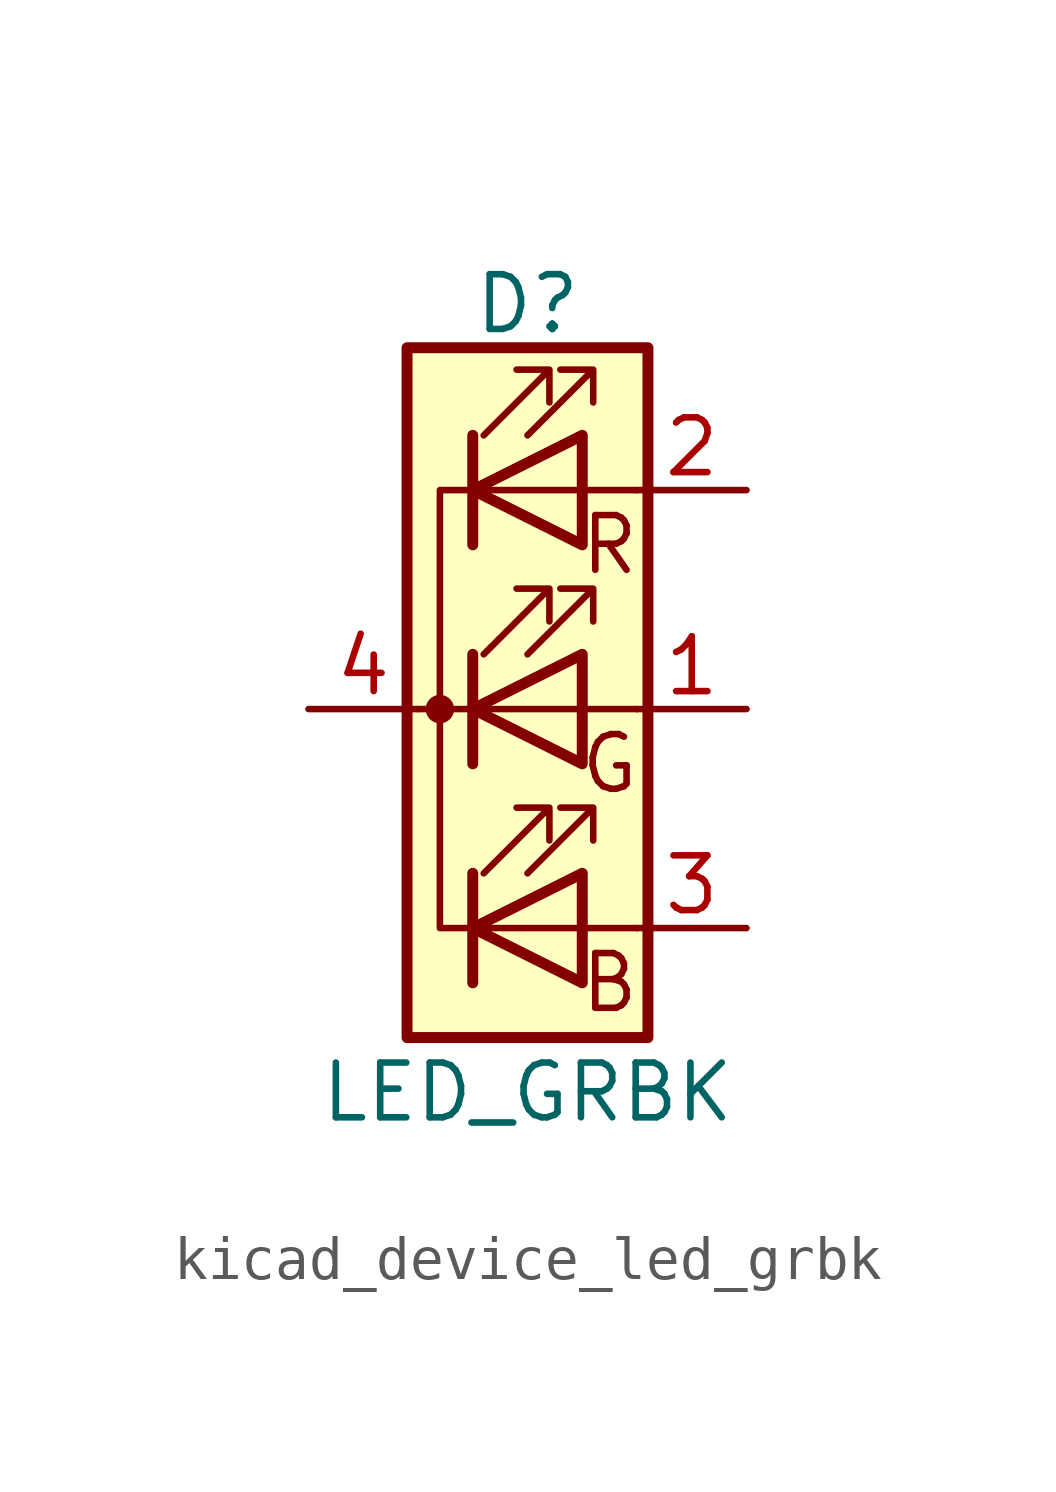
<source format=kicad_sym>
(kicad_symbol_lib
  (version 20220914)
  (generator kicad_symbol_editor)
  (symbol "kicad_device_led_grbk"
    (pin_names
      (offset 0) hide)
    (property "Reference" "D"
      (at 0 9.398 0)
      (effects (font (size 1.27 1.27))))
    (property "Value" "LED_GRBK"
      (at 0 -8.89 0)
      (effects (font (size 1.27 1.27))))
    (symbol "kicad_device_led_grbk_0_0"
      (text "B" (at 1.905 -6.35 0) (effects (font (size 1.27 1.27))))
      (text "G" (at 1.905 -1.27 0) (effects (font (size 1.27 1.27))))
      (text "R" (at 1.905 3.81 0) (effects (font (size 1.27 1.27)))))
    (symbol "kicad_device_led_grbk_0_1"
      (circle (center -2.032 0) (radius 0.254) (stroke (width 0) (type default)) (fill (type outline)))
      (polyline (pts (xy -1.27 -5.08) (xy 1.27 -5.08)) (stroke (width 0) (type default)) (fill (type none)))
      (polyline (pts (xy -1.27 -3.81) (xy -1.27 -6.35)) (stroke (width 0.254) (type default)) (fill (type none)))
      (polyline (pts (xy -1.27 0) (xy -2.54 0)) (stroke (width 0) (type default)) (fill (type none)))
      (polyline (pts (xy -1.27 1.27) (xy -1.27 -1.27)) (stroke (width 0.254) (type default)) (fill (type none)))
      (polyline (pts (xy -1.27 5.08) (xy 1.27 5.08)) (stroke (width 0) (type default)) (fill (type none)))
      (polyline (pts (xy -1.27 6.35) (xy -1.27 3.81)) (stroke (width 0.254) (type default)) (fill (type none)))
      (polyline (pts (xy 1.27 -5.08) (xy 2.54 -5.08)) (stroke (width 0) (type default)) (fill (type none)))
      (polyline (pts (xy 1.27 0) (xy -1.27 0)) (stroke (width 0) (type default)) (fill (type none)))
      (polyline (pts (xy 1.27 0) (xy 2.54 0)) (stroke (width 0) (type default)) (fill (type none)))
      (polyline (pts (xy 1.27 5.08) (xy 2.54 5.08)) (stroke (width 0) (type default)) (fill (type none)))
      (polyline (pts (xy -1.27 1.27) (xy -1.27 -1.27) (xy -1.27 -1.27)) (stroke (width 0) (type default)) (fill (type none)))
      (polyline (pts (xy -1.27 6.35) (xy -1.27 3.81) (xy -1.27 3.81)) (stroke (width 0) (type default)) (fill (type none)))
      (polyline (pts (xy -1.27 5.08) (xy -2.032 5.08) (xy -2.032 -5.08) (xy -1.016 -5.08)) (stroke (width 0) (type default)) (fill (type none)))
      (polyline (pts (xy 1.27 -3.81) (xy 1.27 -6.35) (xy -1.27 -5.08) (xy 1.27 -3.81)) (stroke (width 0.254) (type default)) (fill (type none)))
      (polyline (pts (xy 1.27 1.27) (xy 1.27 -1.27) (xy -1.27 0) (xy 1.27 1.27)) (stroke (width 0.254) (type default)) (fill (type none)))
      (polyline (pts (xy 1.27 6.35) (xy 1.27 3.81) (xy -1.27 5.08) (xy 1.27 6.35)) (stroke (width 0.254) (type default)) (fill (type none)))
      (polyline (pts (xy -1.016 -3.81) (xy 0.508 -2.286) (xy -0.254 -2.286) (xy 0.508 -2.286) (xy 0.508 -3.048)) (stroke (width 0) (type default)) (fill (type none)))
      (polyline (pts (xy -1.016 1.27) (xy 0.508 2.794) (xy -0.254 2.794) (xy 0.508 2.794) (xy 0.508 2.032)) (stroke (width 0) (type default)) (fill (type none)))
      (polyline (pts (xy -1.016 6.35) (xy 0.508 7.874) (xy -0.254 7.874) (xy 0.508 7.874) (xy 0.508 7.112)) (stroke (width 0) (type default)) (fill (type none)))
      (polyline (pts (xy 0 -3.81) (xy 1.524 -2.286) (xy 0.762 -2.286) (xy 1.524 -2.286) (xy 1.524 -3.048)) (stroke (width 0) (type default)) (fill (type none)))
      (polyline (pts (xy 0 1.27) (xy 1.524 2.794) (xy 0.762 2.794) (xy 1.524 2.794) (xy 1.524 2.032)) (stroke (width 0) (type default)) (fill (type none)))
      (polyline (pts (xy 0 6.35) (xy 1.524 7.874) (xy 0.762 7.874) (xy 1.524 7.874) (xy 1.524 7.112)) (stroke (width 0) (type default)) (fill (type none)))
      (rectangle (start 1.27 -1.27) (end 1.27 1.27) (stroke (width 0) (type default)) (fill (type none)))
      (rectangle (start 1.27 1.27) (end 1.27 1.27) (stroke (width 0) (type default)) (fill (type none)))
      (rectangle (start 1.27 3.81) (end 1.27 6.35) (stroke (width 0) (type default)) (fill (type none)))
      (rectangle (start 1.27 6.35) (end 1.27 6.35) (stroke (width 0) (type default)) (fill (type none)))
      (rectangle (start 2.794 8.382) (end -2.794 -7.62) (stroke (width 0.254) (type default)) (fill (type background))))
    (symbol "kicad_device_led_grbk_1_1"
      (pin passive line (at 5.08 0 180) (length 2.54) (name "GA" (effects (font (size 1.27 1.27)))) (number "1" (effects (font (size 1.27 1.27)))))
      (pin passive line (at 5.08 5.08 180) (length 2.54) (name "RA" (effects (font (size 1.27 1.27)))) (number "2" (effects (font (size 1.27 1.27)))))
      (pin passive line (at 5.08 -5.08 180) (length 2.54) (name "BA" (effects (font (size 1.27 1.27)))) (number "3" (effects (font (size 1.27 1.27)))))
      (pin passive line (at -5.08 0 0) (length 2.54) (name "K" (effects (font (size 1.27 1.27)))) (number "4" (effects (font (size 1.27 1.27))))))))
</source>
